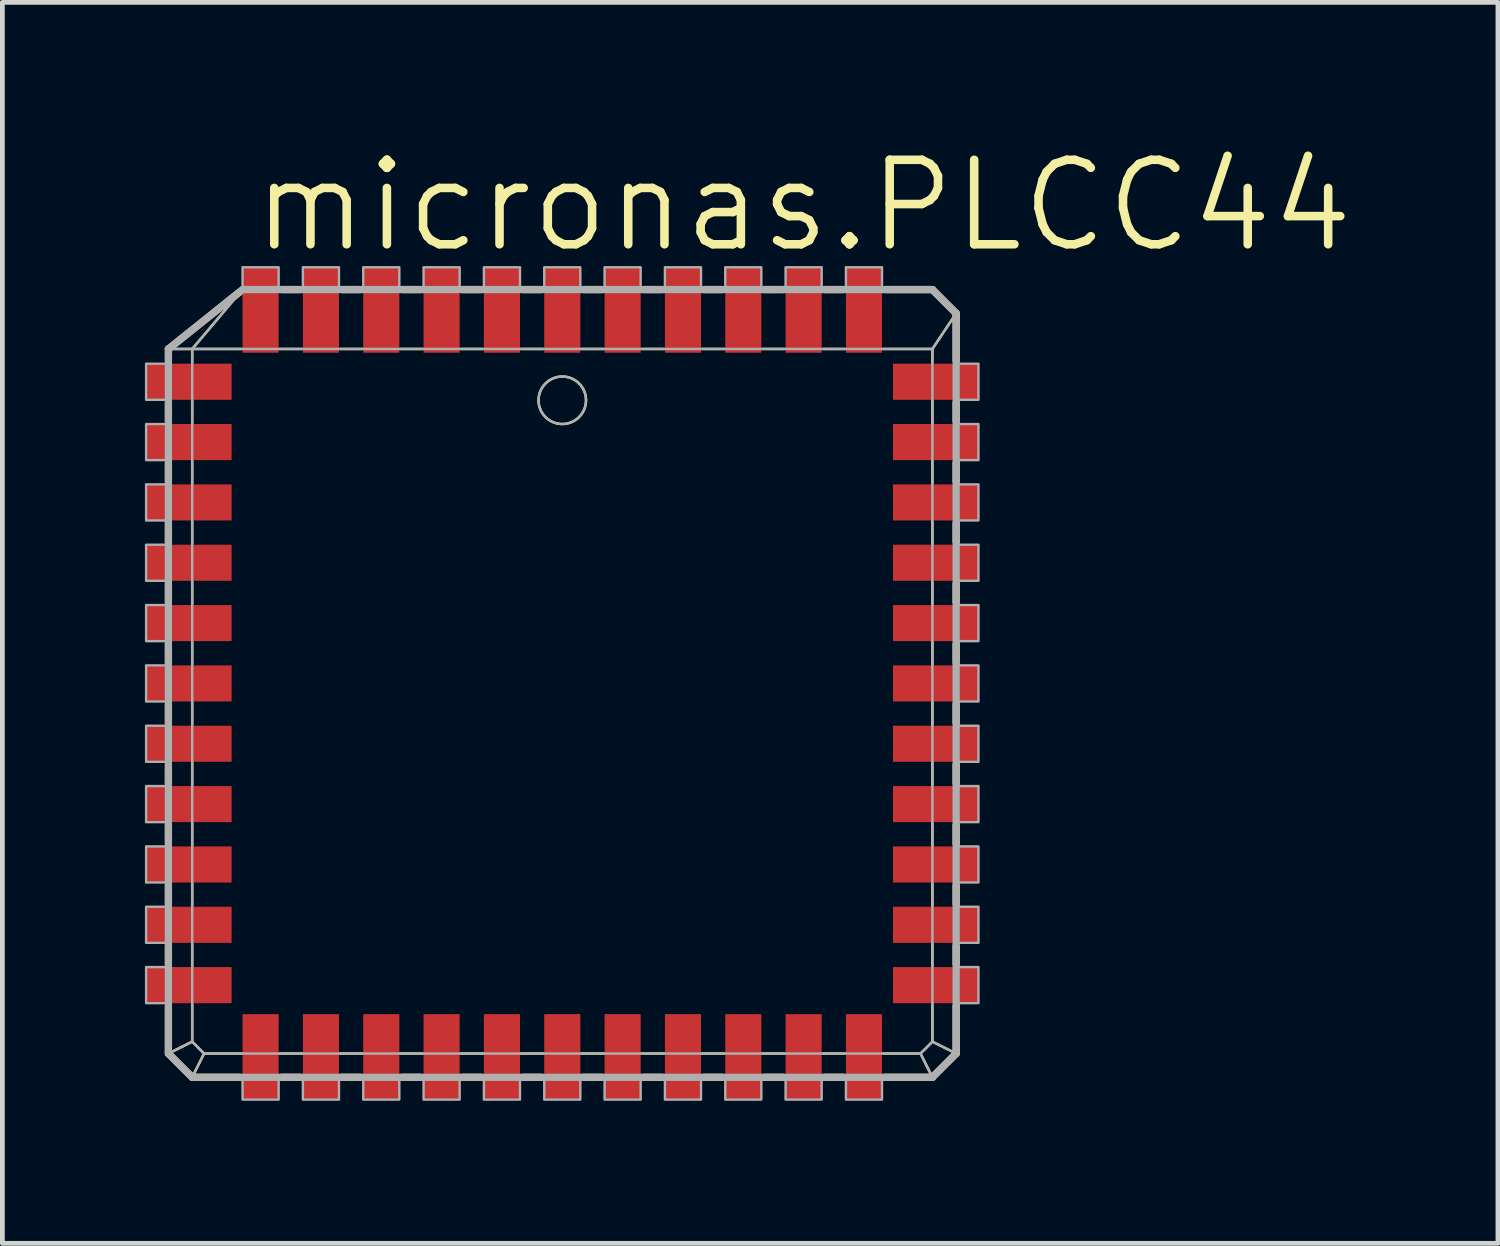
<source format=kicad_pcb>
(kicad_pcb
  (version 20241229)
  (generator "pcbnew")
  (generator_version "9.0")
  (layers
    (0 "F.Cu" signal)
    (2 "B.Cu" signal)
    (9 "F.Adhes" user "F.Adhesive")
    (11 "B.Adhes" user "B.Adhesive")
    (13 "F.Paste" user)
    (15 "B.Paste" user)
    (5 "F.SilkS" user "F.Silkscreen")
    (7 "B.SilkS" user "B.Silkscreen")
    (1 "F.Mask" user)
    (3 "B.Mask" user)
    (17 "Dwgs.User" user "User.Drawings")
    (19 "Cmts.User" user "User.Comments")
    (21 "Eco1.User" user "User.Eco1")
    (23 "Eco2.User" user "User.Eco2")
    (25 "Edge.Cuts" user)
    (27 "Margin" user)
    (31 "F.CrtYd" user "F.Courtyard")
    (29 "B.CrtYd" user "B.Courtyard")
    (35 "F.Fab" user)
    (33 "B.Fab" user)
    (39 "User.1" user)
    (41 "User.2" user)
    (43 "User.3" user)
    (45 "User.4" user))
  (footprint "micronas.PLCC44"
    (layer "F.Cu")
    (at 8.785 11.335)
    (property "Reference" "micronas.PLCC44" (at -6.604 -9.017 0) (layer "F.SilkS") (effects (font (size 1.778 1.778) (thickness 0.18)) (justify left bottom)))
    (attr smd)
    (fp_line (start -8.29 -7.04) (end -7.79 -7.04) (stroke (width 0.051) (type default)) (layer "F.SilkS"))
    (fp_line (start -8.29 -7.04) (end -6.79 -8.24) (stroke (width 0.152) (type default)) (layer "F.SilkS"))
    (fp_line (start -8.29 -6.79) (end -8.29 -7.04) (stroke (width 0.152) (type default)) (layer "F.SilkS"))
    (fp_line (start -8.29 -5.52) (end -8.29 -5.91) (stroke (width 0.152) (type default)) (layer "F.SilkS"))
    (fp_line (start -8.29 -4.25) (end -8.29 -4.64) (stroke (width 0.152) (type default)) (layer "F.SilkS"))
    (fp_line (start -8.29 -2.98) (end -8.29 -3.37) (stroke (width 0.152) (type default)) (layer "F.SilkS"))
    (fp_line (start -8.29 -1.71) (end -8.29 -2.1) (stroke (width 0.152) (type default)) (layer "F.SilkS"))
    (fp_line (start -8.29 -0.44) (end -8.29 -0.83) (stroke (width 0.152) (type default)) (layer "F.SilkS"))
    (fp_line (start -8.29 0.83) (end -8.29 0.44) (stroke (width 0.152) (type default)) (layer "F.SilkS"))
    (fp_line (start -8.29 2.1) (end -8.29 1.71) (stroke (width 0.152) (type default)) (layer "F.SilkS"))
    (fp_line (start -8.29 3.37) (end -8.29 2.98) (stroke (width 0.152) (type default)) (layer "F.SilkS"))
    (fp_line (start -8.29 4.64) (end -8.29 4.25) (stroke (width 0.152) (type default)) (layer "F.SilkS"))
    (fp_line (start -8.29 5.91) (end -8.29 5.52) (stroke (width 0.152) (type default)) (layer "F.SilkS"))
    (fp_line (start -8.29 7.79) (end -8.29 6.79) (stroke (width 0.152) (type default)) (layer "F.SilkS"))
    (fp_line (start -8.29 7.79) (end -7.79 7.54) (stroke (width 0.051) (type default)) (layer "F.SilkS"))
    (fp_line (start -7.79 -7.04) (end -6.75 -8.27) (stroke (width 0.051) (type default)) (layer "F.SilkS"))
    (fp_line (start -7.79 -7.04) (end -6.75 -7.04) (stroke (width 0.051) (type default)) (layer "F.SilkS"))
    (fp_line (start -7.79 -6.75) (end -7.79 -7.04) (stroke (width 0.051) (type default)) (layer "F.SilkS"))
    (fp_line (start -7.79 -5.48) (end -7.79 -5.95) (stroke (width 0.051) (type default)) (layer "F.SilkS"))
    (fp_line (start -7.79 -4.21) (end -7.79 -4.68) (stroke (width 0.051) (type default)) (layer "F.SilkS"))
    (fp_line (start -7.79 -2.94) (end -7.79 -3.41) (stroke (width 0.051) (type default)) (layer "F.SilkS"))
    (fp_line (start -7.79 -1.67) (end -7.79 -2.14) (stroke (width 0.051) (type default)) (layer "F.SilkS"))
    (fp_line (start -7.79 -0.4) (end -7.79 -0.87) (stroke (width 0.051) (type default)) (layer "F.SilkS"))
    (fp_line (start -7.79 0.87) (end -7.79 0.4) (stroke (width 0.051) (type default)) (layer "F.SilkS"))
    (fp_line (start -7.79 2.14) (end -7.79 1.67) (stroke (width 0.051) (type default)) (layer "F.SilkS"))
    (fp_line (start -7.79 3.41) (end -7.79 2.94) (stroke (width 0.051) (type default)) (layer "F.SilkS"))
    (fp_line (start -7.79 4.68) (end -7.79 4.21) (stroke (width 0.051) (type default)) (layer "F.SilkS"))
    (fp_line (start -7.79 5.95) (end -7.79 5.48) (stroke (width 0.051) (type default)) (layer "F.SilkS"))
    (fp_line (start -7.79 7.54) (end -7.79 6.75) (stroke (width 0.051) (type default)) (layer "F.SilkS"))
    (fp_line (start -7.79 8.29) (end -8.29 7.79) (stroke (width 0.152) (type default)) (layer "F.SilkS"))
    (fp_line (start -7.79 8.29) (end -7.54 7.79) (stroke (width 0.051) (type default)) (layer "F.SilkS"))
    (fp_line (start -7.54 7.79) (end -7.79 7.54) (stroke (width 0.051) (type default)) (layer "F.SilkS"))
    (fp_line (start -6.79 8.29) (end -7.79 8.29) (stroke (width 0.152) (type default)) (layer "F.SilkS"))
    (fp_line (start -6.75 7.79) (end -7.54 7.79) (stroke (width 0.051) (type default)) (layer "F.SilkS"))
    (fp_line (start -5.95 -7.04) (end -5.48 -7.04) (stroke (width 0.051) (type default)) (layer "F.SilkS"))
    (fp_line (start -5.91 -8.29) (end -5.52 -8.29) (stroke (width 0.152) (type default)) (layer "F.SilkS"))
    (fp_line (start -5.52 8.29) (end -5.91 8.29) (stroke (width 0.152) (type default)) (layer "F.SilkS"))
    (fp_line (start -5.48 7.79) (end -5.95 7.79) (stroke (width 0.051) (type default)) (layer "F.SilkS"))
    (fp_line (start -4.68 -7.04) (end -4.21 -7.04) (stroke (width 0.051) (type default)) (layer "F.SilkS"))
    (fp_line (start -4.64 -8.29) (end -4.25 -8.29) (stroke (width 0.152) (type default)) (layer "F.SilkS"))
    (fp_line (start -4.25 8.29) (end -4.64 8.29) (stroke (width 0.152) (type default)) (layer "F.SilkS"))
    (fp_line (start -4.21 7.79) (end -4.68 7.79) (stroke (width 0.051) (type default)) (layer "F.SilkS"))
    (fp_line (start -3.41 -7.04) (end -2.94 -7.04) (stroke (width 0.051) (type default)) (layer "F.SilkS"))
    (fp_line (start -3.37 -8.29) (end -2.98 -8.29) (stroke (width 0.152) (type default)) (layer "F.SilkS"))
    (fp_line (start -2.98 8.29) (end -3.37 8.29) (stroke (width 0.152) (type default)) (layer "F.SilkS"))
    (fp_line (start -2.94 7.79) (end -3.41 7.79) (stroke (width 0.051) (type default)) (layer "F.SilkS"))
    (fp_line (start -2.14 -7.04) (end -1.67 -7.04) (stroke (width 0.051) (type default)) (layer "F.SilkS"))
    (fp_line (start -2.1 -8.29) (end -1.71 -8.29) (stroke (width 0.152) (type default)) (layer "F.SilkS"))
    (fp_line (start -1.71 8.29) (end -2.1 8.29) (stroke (width 0.152) (type default)) (layer "F.SilkS"))
    (fp_line (start -1.67 7.79) (end -2.14 7.79) (stroke (width 0.051) (type default)) (layer "F.SilkS"))
    (fp_line (start -0.87 -7.04) (end -0.4 -7.04) (stroke (width 0.051) (type default)) (layer "F.SilkS"))
    (fp_line (start -0.83 -8.29) (end -0.44 -8.29) (stroke (width 0.152) (type default)) (layer "F.SilkS"))
    (fp_line (start -0.44 8.29) (end -0.83 8.29) (stroke (width 0.152) (type default)) (layer "F.SilkS"))
    (fp_line (start -0.4 7.79) (end -0.87 7.79) (stroke (width 0.051) (type default)) (layer "F.SilkS"))
    (fp_line (start 0.4 -7.04) (end 0.87 -7.04) (stroke (width 0.051) (type default)) (layer "F.SilkS"))
    (fp_line (start 0.44 -8.29) (end 0.83 -8.29) (stroke (width 0.152) (type default)) (layer "F.SilkS"))
    (fp_line (start 0.83 8.29) (end 0.44 8.29) (stroke (width 0.152) (type default)) (layer "F.SilkS"))
    (fp_line (start 0.87 7.79) (end 0.4 7.79) (stroke (width 0.051) (type default)) (layer "F.SilkS"))
    (fp_line (start 1.67 -7.04) (end 2.14 -7.04) (stroke (width 0.051) (type default)) (layer "F.SilkS"))
    (fp_line (start 1.71 -8.29) (end 2.1 -8.29) (stroke (width 0.152) (type default)) (layer "F.SilkS"))
    (fp_line (start 2.1 8.29) (end 1.71 8.29) (stroke (width 0.152) (type default)) (layer "F.SilkS"))
    (fp_line (start 2.14 7.79) (end 1.67 7.79) (stroke (width 0.051) (type default)) (layer "F.SilkS"))
    (fp_line (start 2.94 -7.04) (end 3.41 -7.04) (stroke (width 0.051) (type default)) (layer "F.SilkS"))
    (fp_line (start 2.98 -8.29) (end 3.37 -8.29) (stroke (width 0.152) (type default)) (layer "F.SilkS"))
    (fp_line (start 3.37 8.29) (end 2.98 8.29) (stroke (width 0.152) (type default)) (layer "F.SilkS"))
    (fp_line (start 3.41 7.79) (end 2.94 7.79) (stroke (width 0.051) (type default)) (layer "F.SilkS"))
    (fp_line (start 4.21 -7.04) (end 4.68 -7.04) (stroke (width 0.051) (type default)) (layer "F.SilkS"))
    (fp_line (start 4.25 -8.29) (end 4.64 -8.29) (stroke (width 0.152) (type default)) (layer "F.SilkS"))
    (fp_line (start 4.64 8.29) (end 4.25 8.29) (stroke (width 0.152) (type default)) (layer "F.SilkS"))
    (fp_line (start 4.68 7.79) (end 4.21 7.79) (stroke (width 0.051) (type default)) (layer "F.SilkS"))
    (fp_line (start 5.48 -7.04) (end 5.95 -7.04) (stroke (width 0.051) (type default)) (layer "F.SilkS"))
    (fp_line (start 5.52 -8.29) (end 5.91 -8.29) (stroke (width 0.152) (type default)) (layer "F.SilkS"))
    (fp_line (start 5.91 8.29) (end 5.52 8.29) (stroke (width 0.152) (type default)) (layer "F.SilkS"))
    (fp_line (start 5.95 7.79) (end 5.48 7.79) (stroke (width 0.051) (type default)) (layer "F.SilkS"))
    (fp_line (start 6.75 -7.04) (end 7.79 -7.04) (stroke (width 0.051) (type default)) (layer "F.SilkS"))
    (fp_line (start 6.79 -8.29) (end 7.79 -8.29) (stroke (width 0.152) (type default)) (layer "F.SilkS"))
    (fp_line (start 7.54 7.79) (end 6.75 7.79) (stroke (width 0.051) (type default)) (layer "F.SilkS"))
    (fp_line (start 7.54 7.79) (end 7.79 8.29) (stroke (width 0.051) (type default)) (layer "F.SilkS"))
    (fp_line (start 7.79 -8.29) (end 8.29 -7.79) (stroke (width 0.152) (type default)) (layer "F.SilkS"))
    (fp_line (start 7.79 -7.04) (end 7.79 -6.75) (stroke (width 0.051) (type default)) (layer "F.SilkS"))
    (fp_line (start 7.79 -5.95) (end 7.79 -5.48) (stroke (width 0.051) (type default)) (layer "F.SilkS"))
    (fp_line (start 7.79 -4.68) (end 7.79 -4.21) (stroke (width 0.051) (type default)) (layer "F.SilkS"))
    (fp_line (start 7.79 -3.41) (end 7.79 -2.94) (stroke (width 0.051) (type default)) (layer "F.SilkS"))
    (fp_line (start 7.79 -2.14) (end 7.79 -1.67) (stroke (width 0.051) (type default)) (layer "F.SilkS"))
    (fp_line (start 7.79 -0.87) (end 7.79 -0.4) (stroke (width 0.051) (type default)) (layer "F.SilkS"))
    (fp_line (start 7.79 0.4) (end 7.79 0.87) (stroke (width 0.051) (type default)) (layer "F.SilkS"))
    (fp_line (start 7.79 1.67) (end 7.79 2.14) (stroke (width 0.051) (type default)) (layer "F.SilkS"))
    (fp_line (start 7.79 2.94) (end 7.79 3.41) (stroke (width 0.051) (type default)) (layer "F.SilkS"))
    (fp_line (start 7.79 4.21) (end 7.79 4.68) (stroke (width 0.051) (type default)) (layer "F.SilkS"))
    (fp_line (start 7.79 5.48) (end 7.79 5.95) (stroke (width 0.051) (type default)) (layer "F.SilkS"))
    (fp_line (start 7.79 6.75) (end 7.79 7.54) (stroke (width 0.051) (type default)) (layer "F.SilkS"))
    (fp_line (start 7.79 7.54) (end 7.54 7.79) (stroke (width 0.051) (type default)) (layer "F.SilkS"))
    (fp_line (start 7.79 7.54) (end 8.29 7.79) (stroke (width 0.051) (type default)) (layer "F.SilkS"))
    (fp_line (start 7.79 8.29) (end 6.79 8.29) (stroke (width 0.152) (type default)) (layer "F.SilkS"))
    (fp_line (start 8.29 -7.79) (end 7.79 -7.04) (stroke (width 0.051) (type default)) (layer "F.SilkS"))
    (fp_line (start 8.29 -7.79) (end 8.29 -6.79) (stroke (width 0.152) (type default)) (layer "F.SilkS"))
    (fp_line (start 8.29 -5.91) (end 8.29 -5.52) (stroke (width 0.152) (type default)) (layer "F.SilkS"))
    (fp_line (start 8.29 -4.64) (end 8.29 -4.25) (stroke (width 0.152) (type default)) (layer "F.SilkS"))
    (fp_line (start 8.29 -3.37) (end 8.29 -2.98) (stroke (width 0.152) (type default)) (layer "F.SilkS"))
    (fp_line (start 8.29 -2.1) (end 8.29 -1.71) (stroke (width 0.152) (type default)) (layer "F.SilkS"))
    (fp_line (start 8.29 -0.83) (end 8.29 -0.44) (stroke (width 0.152) (type default)) (layer "F.SilkS"))
    (fp_line (start 8.29 0.44) (end 8.29 0.83) (stroke (width 0.152) (type default)) (layer "F.SilkS"))
    (fp_line (start 8.29 1.71) (end 8.29 2.1) (stroke (width 0.152) (type default)) (layer "F.SilkS"))
    (fp_line (start 8.29 2.98) (end 8.29 3.37) (stroke (width 0.152) (type default)) (layer "F.SilkS"))
    (fp_line (start 8.29 4.25) (end 8.29 4.64) (stroke (width 0.152) (type default)) (layer "F.SilkS"))
    (fp_line (start 8.29 5.52) (end 8.29 5.91) (stroke (width 0.152) (type default)) (layer "F.SilkS"))
    (fp_line (start 8.29 6.79) (end 8.29 7.79) (stroke (width 0.152) (type default)) (layer "F.SilkS"))
    (fp_line (start 8.29 7.79) (end 7.79 8.29) (stroke (width 0.152) (type default)) (layer "F.SilkS"))
    (fp_circle (center 0 -5.96) (end 0.5 -5.96) (stroke (width 0.051) (type default)) (fill no) (layer "F.SilkS"))
    (fp_line (start -8.29 -7.04) (end -7.79 -7.04) (stroke (width 0.051) (type default)) (layer "F.Fab"))
    (fp_line (start -8.29 -7.04) (end -6.73 -8.29) (stroke (width 0.152) (type default)) (layer "F.Fab"))
    (fp_line (start -8.29 7.79) (end -8.29 -7.04) (stroke (width 0.152) (type default)) (layer "F.Fab"))
    (fp_line (start -8.29 7.79) (end -7.79 7.54) (stroke (width 0.051) (type default)) (layer "F.Fab"))
    (fp_line (start -7.79 -7.04) (end -6.73 -8.29) (stroke (width 0.051) (type default)) (layer "F.Fab"))
    (fp_line (start -7.79 -7.04) (end 7.79 -7.04) (stroke (width 0.051) (type default)) (layer "F.Fab"))
    (fp_line (start -7.79 7.54) (end -7.79 -7.04) (stroke (width 0.051) (type default)) (layer "F.Fab"))
    (fp_line (start -7.79 8.29) (end -8.29 7.79) (stroke (width 0.152) (type default)) (layer "F.Fab"))
    (fp_line (start -7.79 8.29) (end -7.54 7.79) (stroke (width 0.051) (type default)) (layer "F.Fab"))
    (fp_line (start -7.54 7.79) (end -7.79 7.54) (stroke (width 0.051) (type default)) (layer "F.Fab"))
    (fp_line (start -6.73 -8.29) (end 7.79 -8.29) (stroke (width 0.152) (type default)) (layer "F.Fab"))
    (fp_line (start 7.54 7.79) (end -7.54 7.79) (stroke (width 0.051) (type default)) (layer "F.Fab"))
    (fp_line (start 7.54 7.79) (end 7.79 8.29) (stroke (width 0.051) (type default)) (layer "F.Fab"))
    (fp_line (start 7.79 -8.29) (end 8.29 -7.79) (stroke (width 0.152) (type default)) (layer "F.Fab"))
    (fp_line (start 7.79 -7.04) (end 7.79 7.54) (stroke (width 0.051) (type default)) (layer "F.Fab"))
    (fp_line (start 7.79 7.54) (end 7.54 7.79) (stroke (width 0.051) (type default)) (layer "F.Fab"))
    (fp_line (start 7.79 7.54) (end 8.29 7.79) (stroke (width 0.051) (type default)) (layer "F.Fab"))
    (fp_line (start 7.79 8.29) (end -7.79 8.29) (stroke (width 0.152) (type default)) (layer "F.Fab"))
    (fp_line (start 8.29 -7.79) (end 7.79 -7.04) (stroke (width 0.051) (type default)) (layer "F.Fab"))
    (fp_line (start 8.29 -7.79) (end 8.29 7.79) (stroke (width 0.152) (type default)) (layer "F.Fab"))
    (fp_line (start 8.29 7.79) (end 7.79 8.29) (stroke (width 0.152) (type default)) (layer "F.Fab"))
    (fp_rect (start -8.76 -5.97) (end -8.29 -6.73) (stroke (width 0.05) (type default)) (fill no) (layer "F.Fab"))
    (fp_rect (start -8.76 -4.7) (end -8.29 -5.46) (stroke (width 0.05) (type default)) (fill no) (layer "F.Fab"))
    (fp_rect (start -8.76 -3.43) (end -8.29 -4.19) (stroke (width 0.05) (type default)) (fill no) (layer "F.Fab"))
    (fp_rect (start -8.76 -2.16) (end -8.29 -2.92) (stroke (width 0.05) (type default)) (fill no) (layer "F.Fab"))
    (fp_rect (start -8.76 -0.89) (end -8.29 -1.65) (stroke (width 0.05) (type default)) (fill no) (layer "F.Fab"))
    (fp_rect (start -8.76 0.38) (end -8.29 -0.38) (stroke (width 0.05) (type default)) (fill no) (layer "F.Fab"))
    (fp_rect (start -8.76 1.65) (end -8.29 0.89) (stroke (width 0.05) (type default)) (fill no) (layer "F.Fab"))
    (fp_rect (start -8.76 2.92) (end -8.29 2.16) (stroke (width 0.05) (type default)) (fill no) (layer "F.Fab"))
    (fp_rect (start -8.76 4.19) (end -8.29 3.43) (stroke (width 0.05) (type default)) (fill no) (layer "F.Fab"))
    (fp_rect (start -8.76 5.46) (end -8.29 4.7) (stroke (width 0.05) (type default)) (fill no) (layer "F.Fab"))
    (fp_rect (start -8.76 6.73) (end -8.29 5.97) (stroke (width 0.05) (type default)) (fill no) (layer "F.Fab"))
    (fp_rect (start -6.73 -8.29) (end -5.97 -8.76) (stroke (width 0.05) (type default)) (fill no) (layer "F.Fab"))
    (fp_rect (start -6.73 8.76) (end -5.97 8.29) (stroke (width 0.05) (type default)) (fill no) (layer "F.Fab"))
    (fp_rect (start -5.46 -8.29) (end -4.7 -8.76) (stroke (width 0.05) (type default)) (fill no) (layer "F.Fab"))
    (fp_rect (start -5.46 8.76) (end -4.7 8.29) (stroke (width 0.05) (type default)) (fill no) (layer "F.Fab"))
    (fp_rect (start -4.19 -8.29) (end -3.43 -8.76) (stroke (width 0.05) (type default)) (fill no) (layer "F.Fab"))
    (fp_rect (start -4.19 8.76) (end -3.43 8.29) (stroke (width 0.05) (type default)) (fill no) (layer "F.Fab"))
    (fp_rect (start -2.92 -8.29) (end -2.16 -8.76) (stroke (width 0.05) (type default)) (fill no) (layer "F.Fab"))
    (fp_rect (start -2.92 8.76) (end -2.16 8.29) (stroke (width 0.05) (type default)) (fill no) (layer "F.Fab"))
    (fp_rect (start -1.65 -8.29) (end -0.89 -8.76) (stroke (width 0.05) (type default)) (fill no) (layer "F.Fab"))
    (fp_rect (start -1.65 8.76) (end -0.89 8.29) (stroke (width 0.05) (type default)) (fill no) (layer "F.Fab"))
    (fp_rect (start -0.38 -8.29) (end 0.38 -8.76) (stroke (width 0.05) (type default)) (fill no) (layer "F.Fab"))
    (fp_rect (start -0.38 8.76) (end 0.38 8.29) (stroke (width 0.05) (type default)) (fill no) (layer "F.Fab"))
    (fp_rect (start 0.89 -8.29) (end 1.65 -8.76) (stroke (width 0.05) (type default)) (fill no) (layer "F.Fab"))
    (fp_rect (start 0.89 8.76) (end 1.65 8.29) (stroke (width 0.05) (type default)) (fill no) (layer "F.Fab"))
    (fp_rect (start 2.16 -8.29) (end 2.92 -8.76) (stroke (width 0.05) (type default)) (fill no) (layer "F.Fab"))
    (fp_rect (start 2.16 8.76) (end 2.92 8.29) (stroke (width 0.05) (type default)) (fill no) (layer "F.Fab"))
    (fp_rect (start 3.43 -8.29) (end 4.19 -8.76) (stroke (width 0.05) (type default)) (fill no) (layer "F.Fab"))
    (fp_rect (start 3.43 8.76) (end 4.19 8.29) (stroke (width 0.05) (type default)) (fill no) (layer "F.Fab"))
    (fp_rect (start 4.7 -8.29) (end 5.46 -8.76) (stroke (width 0.05) (type default)) (fill no) (layer "F.Fab"))
    (fp_rect (start 4.7 8.76) (end 5.46 8.29) (stroke (width 0.05) (type default)) (fill no) (layer "F.Fab"))
    (fp_rect (start 5.97 -8.29) (end 6.73 -8.76) (stroke (width 0.05) (type default)) (fill no) (layer "F.Fab"))
    (fp_rect (start 5.97 8.76) (end 6.73 8.29) (stroke (width 0.05) (type default)) (fill no) (layer "F.Fab"))
    (fp_rect (start 8.29 -5.97) (end 8.76 -6.73) (stroke (width 0.05) (type default)) (fill no) (layer "F.Fab"))
    (fp_rect (start 8.29 -4.7) (end 8.76 -5.46) (stroke (width 0.05) (type default)) (fill no) (layer "F.Fab"))
    (fp_rect (start 8.29 -3.43) (end 8.76 -4.19) (stroke (width 0.05) (type default)) (fill no) (layer "F.Fab"))
    (fp_rect (start 8.29 -2.16) (end 8.76 -2.92) (stroke (width 0.05) (type default)) (fill no) (layer "F.Fab"))
    (fp_rect (start 8.29 -0.89) (end 8.76 -1.65) (stroke (width 0.05) (type default)) (fill no) (layer "F.Fab"))
    (fp_rect (start 8.29 0.38) (end 8.76 -0.38) (stroke (width 0.05) (type default)) (fill no) (layer "F.Fab"))
    (fp_rect (start 8.29 1.65) (end 8.76 0.89) (stroke (width 0.05) (type default)) (fill no) (layer "F.Fab"))
    (fp_rect (start 8.29 2.92) (end 8.76 2.16) (stroke (width 0.05) (type default)) (fill no) (layer "F.Fab"))
    (fp_rect (start 8.29 4.19) (end 8.76 3.43) (stroke (width 0.05) (type default)) (fill no) (layer "F.Fab"))
    (fp_rect (start 8.29 5.46) (end 8.76 4.7) (stroke (width 0.05) (type default)) (fill no) (layer "F.Fab"))
    (fp_rect (start 8.29 6.73) (end 8.76 5.97) (stroke (width 0.05) (type default)) (fill no) (layer "F.Fab"))
    (fp_circle (center 0 -5.96) (end 0.5 -5.96) (stroke (width 0.051) (type default)) (fill no) (layer "F.Fab"))
    (pad "1" smd roundrect (at 0 -7.86) (size 0.76 1.8) (layers "F.Cu" "F.Mask" "F.Paste") (roundrect_rratio 0.01))
    (pad "2" smd roundrect (at -1.27 -7.86) (size 0.76 1.8) (layers "F.Cu" "F.Mask" "F.Paste") (roundrect_rratio 0.01))
    (pad "3" smd roundrect (at -2.54 -7.86) (size 0.76 1.8) (layers "F.Cu" "F.Mask" "F.Paste") (roundrect_rratio 0.01))
    (pad "4" smd roundrect (at -3.81 -7.86) (size 0.76 1.8) (layers "F.Cu" "F.Mask" "F.Paste") (roundrect_rratio 0.01))
    (pad "5" smd roundrect (at -5.08 -7.86) (size 0.76 1.8) (layers "F.Cu" "F.Mask" "F.Paste") (roundrect_rratio 0.01))
    (pad "6" smd roundrect (at -6.35 -7.86) (size 0.76 1.8) (layers "F.Cu" "F.Mask" "F.Paste") (roundrect_rratio 0.01))
    (pad "7" smd roundrect (at -7.86 -6.35) (size 1.8 0.76) (layers "F.Cu" "F.Mask" "F.Paste") (roundrect_rratio 0.01))
    (pad "8" smd roundrect (at -7.86 -5.08) (size 1.8 0.76) (layers "F.Cu" "F.Mask" "F.Paste") (roundrect_rratio 0.01))
    (pad "9" smd roundrect (at -7.86 -3.81) (size 1.8 0.76) (layers "F.Cu" "F.Mask" "F.Paste") (roundrect_rratio 0.01))
    (pad "10" smd roundrect (at -7.86 -2.54) (size 1.8 0.76) (layers "F.Cu" "F.Mask" "F.Paste") (roundrect_rratio 0.01))
    (pad "11" smd roundrect (at -7.86 -1.27) (size 1.8 0.76) (layers "F.Cu" "F.Mask" "F.Paste") (roundrect_rratio 0.01))
    (pad "12" smd roundrect (at -7.86 0) (size 1.8 0.76) (layers "F.Cu" "F.Mask" "F.Paste") (roundrect_rratio 0.01))
    (pad "13" smd roundrect (at -7.86 1.27) (size 1.8 0.76) (layers "F.Cu" "F.Mask" "F.Paste") (roundrect_rratio 0.01))
    (pad "14" smd roundrect (at -7.86 2.54) (size 1.8 0.76) (layers "F.Cu" "F.Mask" "F.Paste") (roundrect_rratio 0.01))
    (pad "15" smd roundrect (at -7.86 3.81) (size 1.8 0.76) (layers "F.Cu" "F.Mask" "F.Paste") (roundrect_rratio 0.01))
    (pad "16" smd roundrect (at -7.86 5.08) (size 1.8 0.76) (layers "F.Cu" "F.Mask" "F.Paste") (roundrect_rratio 0.01))
    (pad "17" smd roundrect (at -7.86 6.35) (size 1.8 0.76) (layers "F.Cu" "F.Mask" "F.Paste") (roundrect_rratio 0.01))
    (pad "18" smd roundrect (at -6.35 7.86) (size 0.76 1.8) (layers "F.Cu" "F.Mask" "F.Paste") (roundrect_rratio 0.01))
    (pad "19" smd roundrect (at -5.08 7.86) (size 0.76 1.8) (layers "F.Cu" "F.Mask" "F.Paste") (roundrect_rratio 0.01))
    (pad "20" smd roundrect (at -3.81 7.86) (size 0.76 1.8) (layers "F.Cu" "F.Mask" "F.Paste") (roundrect_rratio 0.01))
    (pad "21" smd roundrect (at -2.54 7.86) (size 0.76 1.8) (layers "F.Cu" "F.Mask" "F.Paste") (roundrect_rratio 0.01))
    (pad "22" smd roundrect (at -1.27 7.86) (size 0.76 1.8) (layers "F.Cu" "F.Mask" "F.Paste") (roundrect_rratio 0.01))
    (pad "23" smd roundrect (at 0 7.86) (size 0.76 1.8) (layers "F.Cu" "F.Mask" "F.Paste") (roundrect_rratio 0.01))
    (pad "24" smd roundrect (at 1.27 7.86) (size 0.76 1.8) (layers "F.Cu" "F.Mask" "F.Paste") (roundrect_rratio 0.01))
    (pad "25" smd roundrect (at 2.54 7.86) (size 0.76 1.8) (layers "F.Cu" "F.Mask" "F.Paste") (roundrect_rratio 0.01))
    (pad "26" smd roundrect (at 3.81 7.86) (size 0.76 1.8) (layers "F.Cu" "F.Mask" "F.Paste") (roundrect_rratio 0.01))
    (pad "27" smd roundrect (at 5.08 7.86) (size 0.76 1.8) (layers "F.Cu" "F.Mask" "F.Paste") (roundrect_rratio 0.01))
    (pad "28" smd roundrect (at 6.35 7.86) (size 0.76 1.8) (layers "F.Cu" "F.Mask" "F.Paste") (roundrect_rratio 0.01))
    (pad "29" smd roundrect (at 7.86 6.35) (size 1.8 0.76) (layers "F.Cu" "F.Mask" "F.Paste") (roundrect_rratio 0.01))
    (pad "30" smd roundrect (at 7.86 5.08) (size 1.8 0.76) (layers "F.Cu" "F.Mask" "F.Paste") (roundrect_rratio 0.01))
    (pad "31" smd roundrect (at 7.86 3.81) (size 1.8 0.76) (layers "F.Cu" "F.Mask" "F.Paste") (roundrect_rratio 0.01))
    (pad "32" smd roundrect (at 7.86 2.54) (size 1.8 0.76) (layers "F.Cu" "F.Mask" "F.Paste") (roundrect_rratio 0.01))
    (pad "33" smd roundrect (at 7.86 1.27) (size 1.8 0.76) (layers "F.Cu" "F.Mask" "F.Paste") (roundrect_rratio 0.01))
    (pad "34" smd roundrect (at 7.86 0) (size 1.8 0.76) (layers "F.Cu" "F.Mask" "F.Paste") (roundrect_rratio 0.01))
    (pad "35" smd roundrect (at 7.86 -1.27) (size 1.8 0.76) (layers "F.Cu" "F.Mask" "F.Paste") (roundrect_rratio 0.01))
    (pad "36" smd roundrect (at 7.86 -2.54) (size 1.8 0.76) (layers "F.Cu" "F.Mask" "F.Paste") (roundrect_rratio 0.01))
    (pad "37" smd roundrect (at 7.86 -3.81) (size 1.8 0.76) (layers "F.Cu" "F.Mask" "F.Paste") (roundrect_rratio 0.01))
    (pad "38" smd roundrect (at 7.86 -5.08) (size 1.8 0.76) (layers "F.Cu" "F.Mask" "F.Paste") (roundrect_rratio 0.01))
    (pad "39" smd roundrect (at 7.86 -6.35) (size 1.8 0.76) (layers "F.Cu" "F.Mask" "F.Paste") (roundrect_rratio 0.01))
    (pad "40" smd roundrect (at 6.35 -7.86) (size 0.76 1.8) (layers "F.Cu" "F.Mask" "F.Paste") (roundrect_rratio 0.01))
    (pad "41" smd roundrect (at 5.08 -7.86) (size 0.76 1.8) (layers "F.Cu" "F.Mask" "F.Paste") (roundrect_rratio 0.01))
    (pad "42" smd roundrect (at 3.81 -7.86) (size 0.76 1.8) (layers "F.Cu" "F.Mask" "F.Paste") (roundrect_rratio 0.01))
    (pad "43" smd roundrect (at 2.54 -7.86) (size 0.76 1.8) (layers "F.Cu" "F.Mask" "F.Paste") (roundrect_rratio 0.01))
    (pad "44" smd roundrect (at 1.27 -7.86) (size 0.76 1.8) (layers "F.Cu" "F.Mask" "F.Paste") (roundrect_rratio 0.01)))
  (gr_rect
    (start -3 -3)
    (end 28.479 23.12)
    (stroke (width 0.1) (type default))
    (fill no)
    (layer "Edge.Cuts")))
</source>
